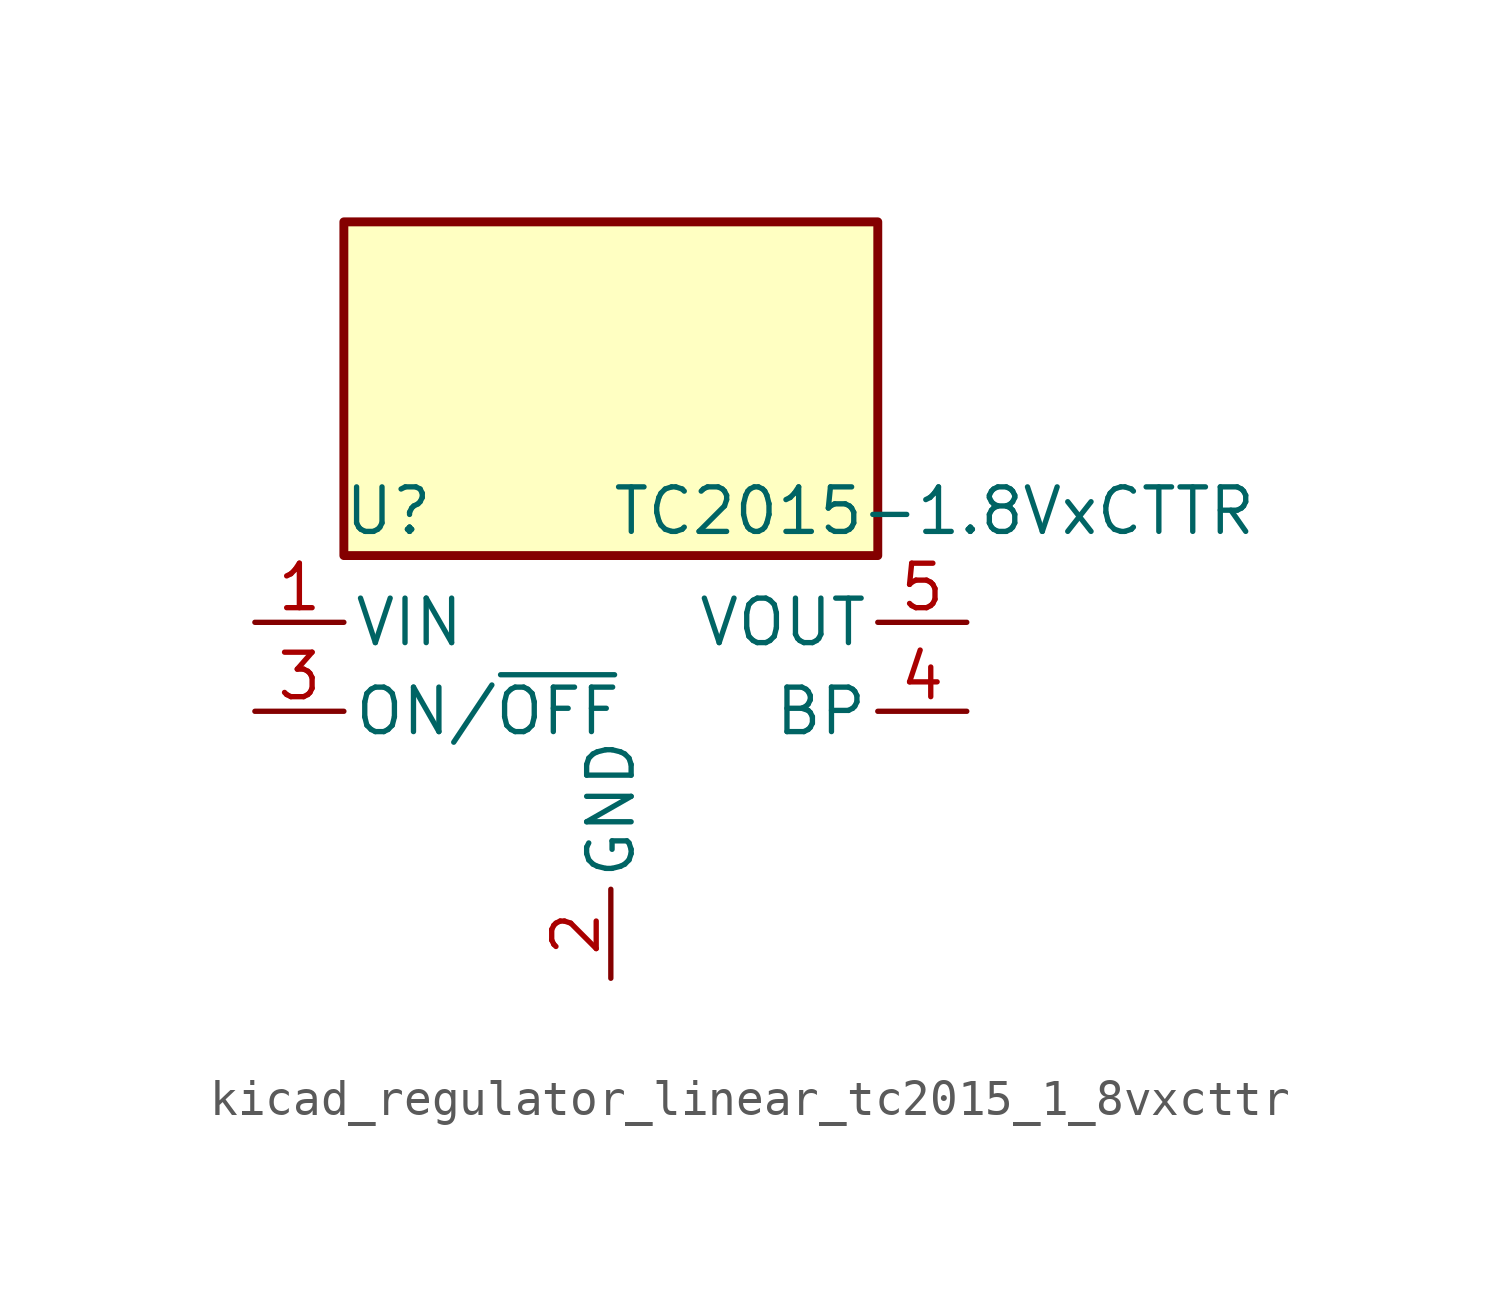
<source format=kicad_sym>
(kicad_symbol_lib
  (version 20220914)
  (generator kicad_symbol_editor)
  (symbol "kicad_regulator_linear_tc2015_1_8vxcttr"
    (pin_names
      (offset 0.254))
    (property "Reference" "U"
      (at -6.35 5.715 0)
      (effects (font (size 1.27 1.27))))
    (property "Value" "TC2015-1.8VxCTTR"
      (at 0 5.715 0)
      (effects (font (size 1.27 1.27)) (justify left)))
    (symbol "kicad_regulator_linear_tc2015_1_8vxcttr_0_1"
      (rectangle (start 7.62 13.97) (end -7.62 4.445) (stroke (width 0.254) (type default)) (fill (type background))))
    (symbol "kicad_regulator_linear_tc2015_1_8vxcttr_1_1"
      (pin power_in line (at -10.16 2.54 0) (length 2.54) (name "VIN" (effects (font (size 1.27 1.27)))) (number "1" (effects (font (size 1.27 1.27)))))
      (pin power_in line (at 0 -7.62 90) (length 2.54) (name "GND" (effects (font (size 1.27 1.27)))) (number "2" (effects (font (size 1.27 1.27)))))
      (pin input line (at -10.16 0 0) (length 2.54) (name "ON/~{OFF}" (effects (font (size 1.27 1.27)))) (number "3" (effects (font (size 1.27 1.27)))))
      (pin input line (at 10.16 0 180) (length 2.54) (name "BP" (effects (font (size 1.27 1.27)))) (number "4" (effects (font (size 1.27 1.27)))))
      (pin power_out line (at 10.16 2.54 180) (length 2.54) (name "VOUT" (effects (font (size 1.27 1.27)))) (number "5" (effects (font (size 1.27 1.27))))))))
</source>
